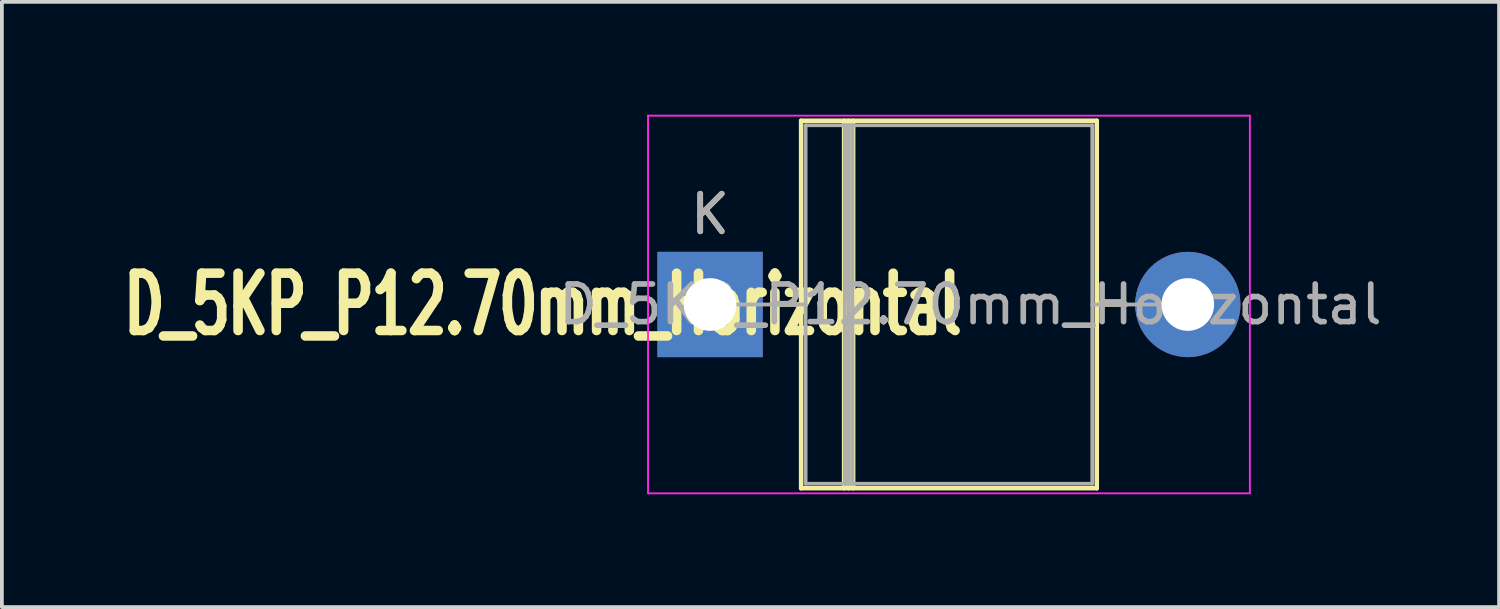
<source format=kicad_pcb>
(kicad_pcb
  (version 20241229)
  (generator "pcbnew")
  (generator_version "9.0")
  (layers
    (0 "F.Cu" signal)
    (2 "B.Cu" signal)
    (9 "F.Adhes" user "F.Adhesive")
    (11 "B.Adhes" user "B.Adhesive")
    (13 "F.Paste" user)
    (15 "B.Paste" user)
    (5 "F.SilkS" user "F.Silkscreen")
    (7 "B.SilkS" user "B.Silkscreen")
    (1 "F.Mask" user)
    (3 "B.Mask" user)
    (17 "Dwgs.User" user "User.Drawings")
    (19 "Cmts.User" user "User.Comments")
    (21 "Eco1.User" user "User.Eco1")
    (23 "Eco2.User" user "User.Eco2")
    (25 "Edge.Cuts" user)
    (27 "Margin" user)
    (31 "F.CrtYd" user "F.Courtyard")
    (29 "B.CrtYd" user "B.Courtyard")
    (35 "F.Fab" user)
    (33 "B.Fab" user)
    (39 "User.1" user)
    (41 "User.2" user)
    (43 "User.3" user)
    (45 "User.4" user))
  (footprint "D_5KP_P12.70mm_Horizontal"
    (layer "F.Cu")
    (at 15.828 5.045)
    (property "Reference" "D_5KP_P12.70mm_Horizontal" (at -4.445 0 180) (layer "F.SilkS") (effects (font (size 1.524 1.016) (thickness 0.254))))
    (attr through_hole)
    (fp_line (start 1.64 0) (end 2.42 0) (stroke (width 0.12) (type solid)) (layer "F.SilkS"))
    (fp_line (start 2.42 -4.885) (end 2.42 4.885) (stroke (width 0.12) (type solid)) (layer "F.SilkS"))
    (fp_line (start 2.42 4.885) (end 10.28 4.885) (stroke (width 0.12) (type solid)) (layer "F.SilkS"))
    (fp_line (start 3.563 -4.885) (end 3.563 4.885) (stroke (width 0.12) (type solid)) (layer "F.SilkS"))
    (fp_line (start 3.683 -4.885) (end 3.683 4.885) (stroke (width 0.12) (type solid)) (layer "F.SilkS"))
    (fp_line (start 3.803 -4.885) (end 3.803 4.885) (stroke (width 0.12) (type solid)) (layer "F.SilkS"))
    (fp_line (start 10.28 -4.885) (end 2.42 -4.885) (stroke (width 0.12) (type solid)) (layer "F.SilkS"))
    (fp_line (start 10.28 4.885) (end 10.28 -4.885) (stroke (width 0.12) (type solid)) (layer "F.SilkS"))
    (fp_line (start 11.06 0) (end 10.28 0) (stroke (width 0.12) (type solid)) (layer "F.SilkS"))
    (fp_line (start -1.65 -5.02) (end -1.65 5.02) (stroke (width 0.05) (type solid)) (layer "F.CrtYd"))
    (fp_line (start -1.65 5.02) (end 14.35 5.02) (stroke (width 0.05) (type solid)) (layer "F.CrtYd"))
    (fp_line (start 14.35 -5.02) (end -1.65 -5.02) (stroke (width 0.05) (type solid)) (layer "F.CrtYd"))
    (fp_line (start 14.35 5.02) (end 14.35 -5.02) (stroke (width 0.05) (type solid)) (layer "F.CrtYd"))
    (fp_line (start 0 0) (end 2.54 0) (stroke (width 0.1) (type solid)) (layer "F.Fab"))
    (fp_line (start 2.54 -4.765) (end 2.54 4.765) (stroke (width 0.1) (type solid)) (layer "F.Fab"))
    (fp_line (start 2.54 4.765) (end 10.16 4.765) (stroke (width 0.1) (type solid)) (layer "F.Fab"))
    (fp_line (start 3.583 -4.765) (end 3.583 4.765) (stroke (width 0.1) (type solid)) (layer "F.Fab"))
    (fp_line (start 3.683 -4.765) (end 3.683 4.765) (stroke (width 0.1) (type solid)) (layer "F.Fab"))
    (fp_line (start 3.783 -4.765) (end 3.783 4.765) (stroke (width 0.1) (type solid)) (layer "F.Fab"))
    (fp_line (start 10.16 -4.765) (end 2.54 -4.765) (stroke (width 0.1) (type solid)) (layer "F.Fab"))
    (fp_line (start 10.16 4.765) (end 10.16 -4.765) (stroke (width 0.1) (type solid)) (layer "F.Fab"))
    (fp_line (start 12.7 0) (end 10.16 0) (stroke (width 0.1) (type solid)) (layer "F.Fab"))
    (fp_text user "K" (at 0 -2.4 180) (layer "F.SilkS") (effects (font (size 1 1) (thickness 0.15))))
    (fp_text user "${REFERENCE}" (at 6.921 0 180) (layer "F.Fab") (effects (font (size 1 1) (thickness 0.15))))
    (fp_text user "K" (at 0 -2.4 180) (layer "F.Fab") (effects (font (size 1 1) (thickness 0.15))))
    (pad "1" thru_hole oval (at 12.7 0) (size 2.8 2.8) (drill 1.4) (layers "*.Cu" "*.Mask"))
    (pad "2" thru_hole rect (at 0 0) (size 2.8 2.8) (drill 1.4) (layers "*.Cu" "*.Mask")))
  (gr_rect
    (start -3 -3)
    (end 36.803 13.09)
    (stroke (width 0.1) (type default))
    (fill no)
    (layer "Edge.Cuts")))
</source>
